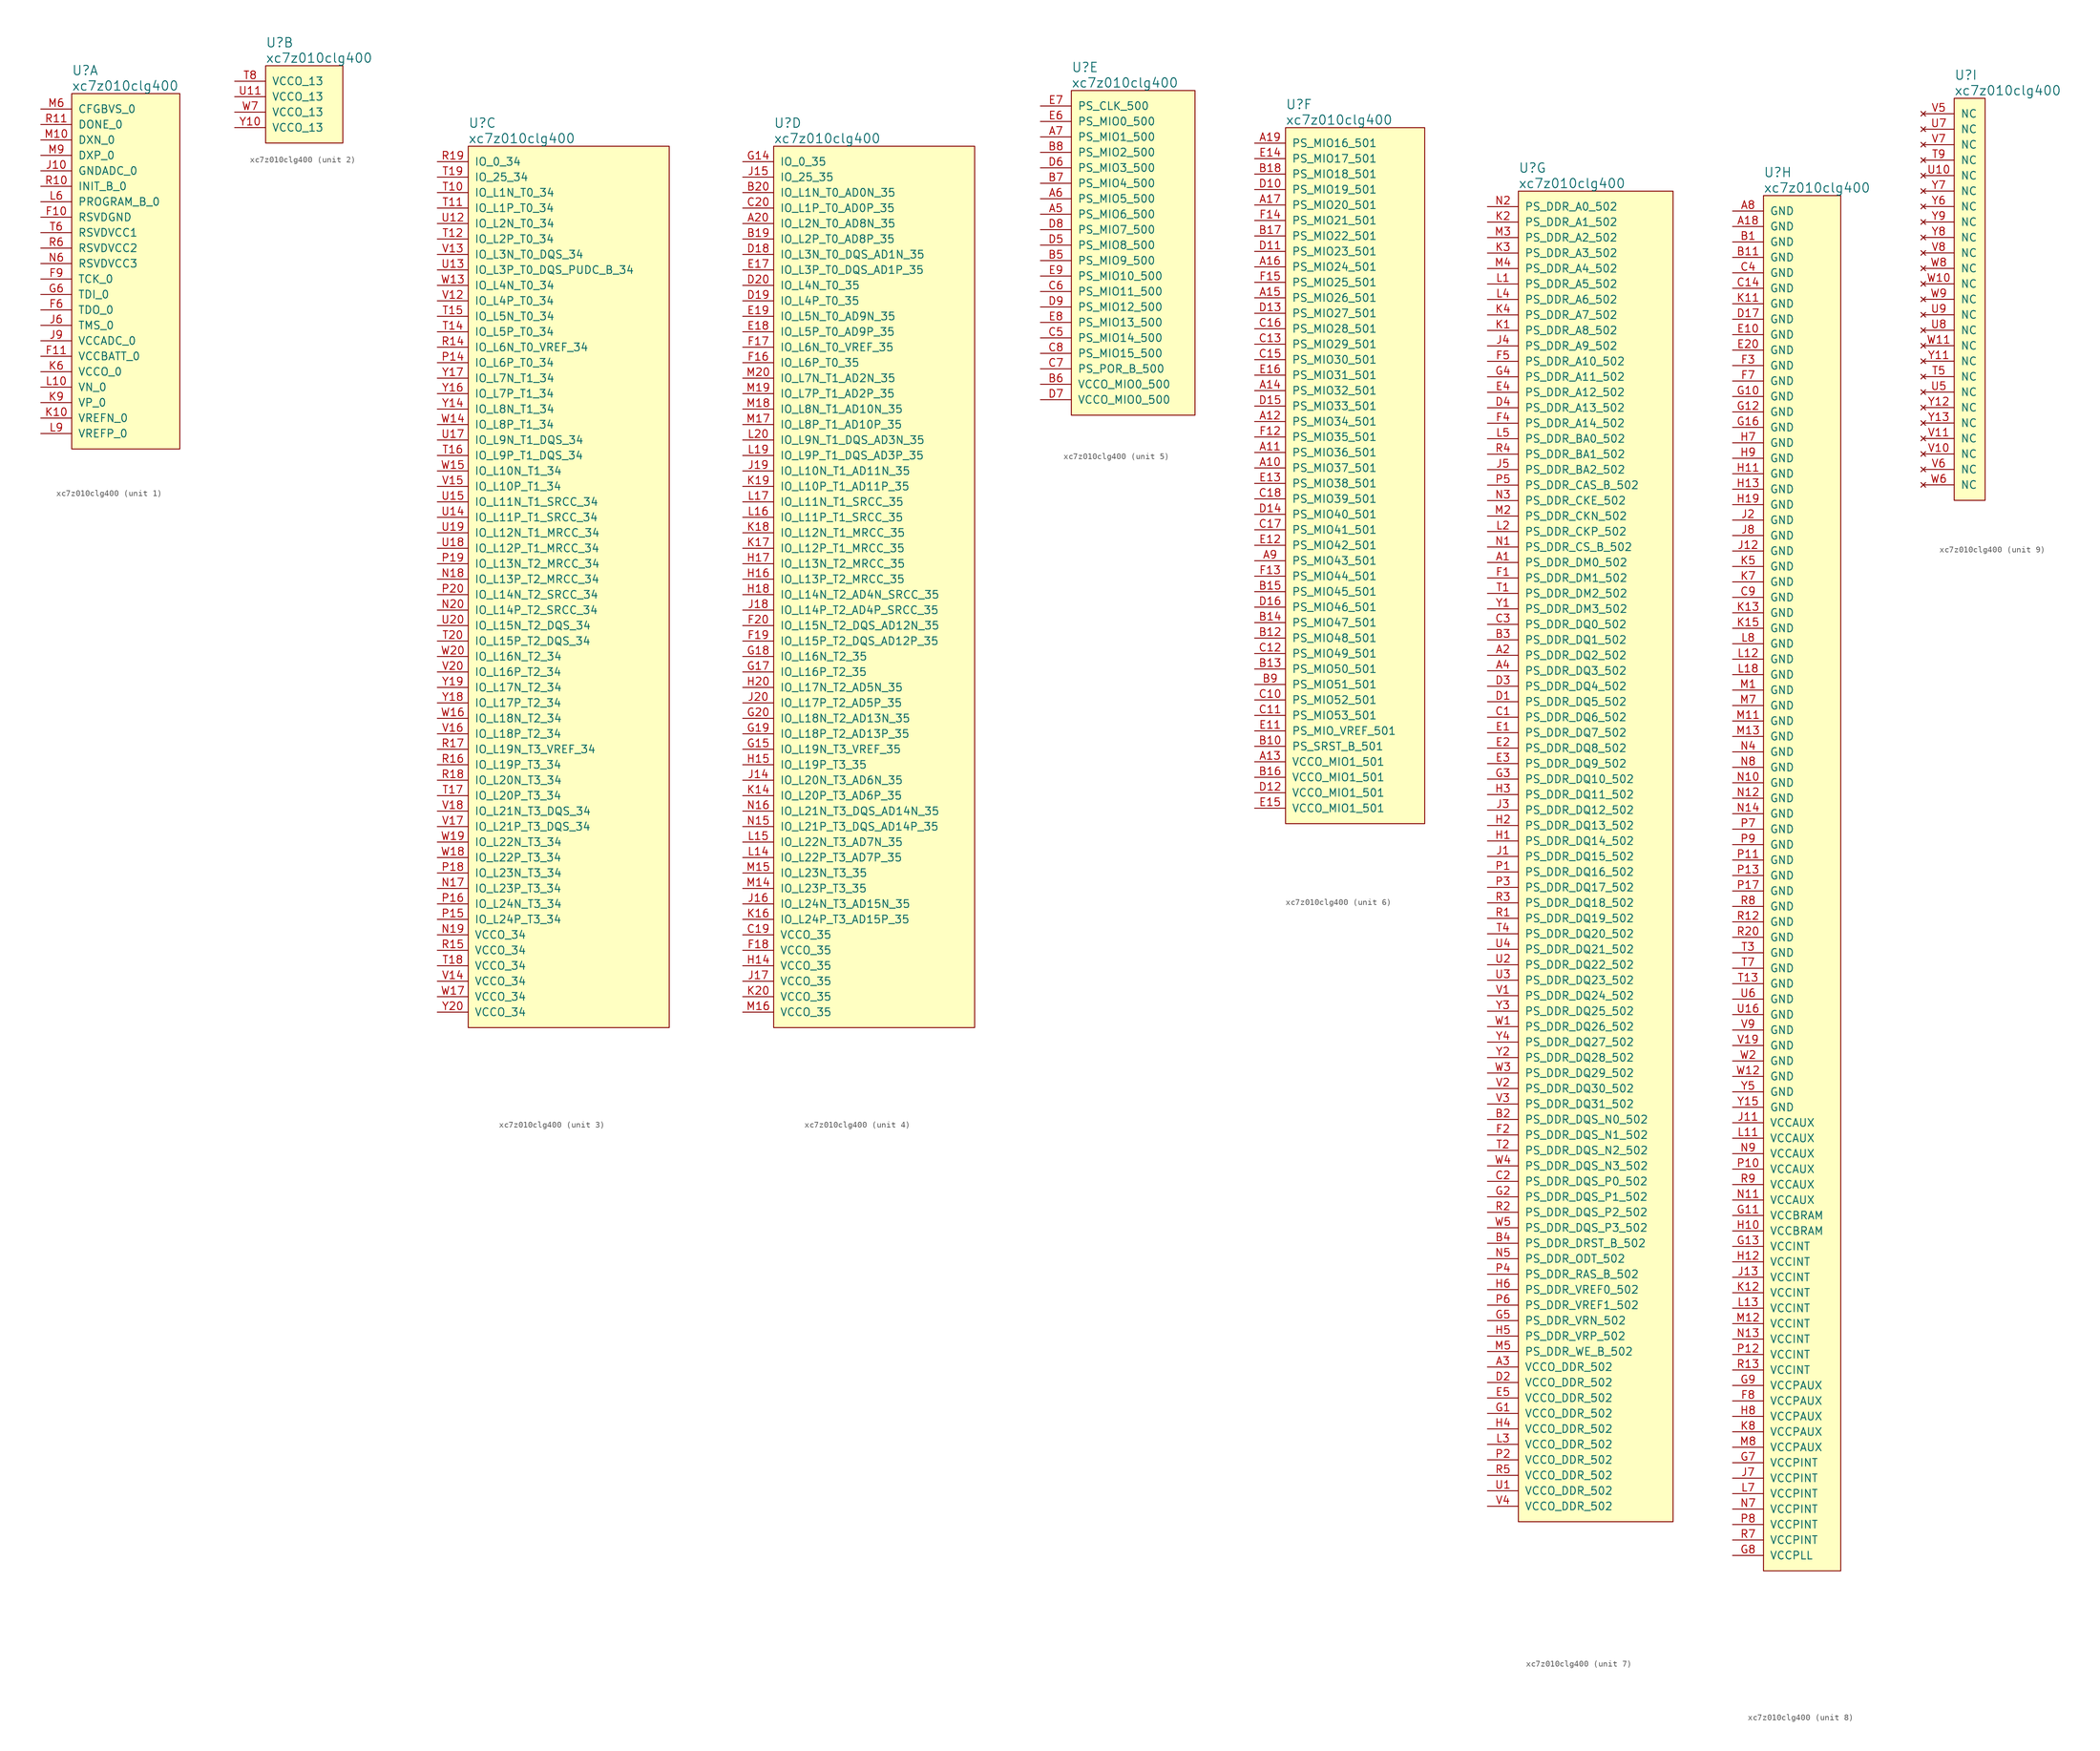
<source format=kicad_sym>
(kicad_symbol_lib
  (version 20201005)
  (generator kicad_symbol_editor)
  (symbol "ebaz4205:xc7z010clg400"
    (pin_names
      (offset 1.016))
    (property "Reference" "U"
      (at 5.08 6.35 0)
      (effects (font (size 1.524 1.524)) (justify left)))
    (property "Value" "xc7z010clg400"
      (at 5.08 3.81 0)
      (effects (font (size 1.524 1.524)) (justify left)))
    (property "ki_locked" ""
      (at 0 0 0)
      (effects (font (size 1.27 1.27))))
    (symbol "xc7z010clg400_1_1"
      (rectangle (start 5.08 2.54) (end 22.86 -55.88) (stroke (width 0)) (fill (type background)))
      (pin input line (at 0 0 0) (length 5.08) (name "CFGBVS_0" (effects (font (size 1.27 1.27)))) (number "M6" (effects (font (size 1.27 1.27)))))
      (pin output line (at 0 -2.54 0) (length 5.08) (name "DONE_0" (effects (font (size 1.27 1.27)))) (number "R11" (effects (font (size 1.27 1.27)))))
      (pin passive line (at 0 -5.08 0) (length 5.08) (name "DXN_0" (effects (font (size 1.27 1.27)))) (number "M10" (effects (font (size 1.27 1.27)))))
      (pin passive line (at 0 -7.62 0) (length 5.08) (name "DXP_0" (effects (font (size 1.27 1.27)))) (number "M9" (effects (font (size 1.27 1.27)))))
      (pin power_in line (at 0 -10.16 0) (length 5.08) (name "GNDADC_0" (effects (font (size 1.27 1.27)))) (number "J10" (effects (font (size 1.27 1.27)))))
      (pin input line (at 0 -12.7 0) (length 5.08) (name "INIT_B_0" (effects (font (size 1.27 1.27)))) (number "R10" (effects (font (size 1.27 1.27)))))
      (pin input line (at 0 -15.24 0) (length 5.08) (name "PROGRAM_B_0" (effects (font (size 1.27 1.27)))) (number "L6" (effects (font (size 1.27 1.27)))))
      (pin power_in line (at 0 -17.78 0) (length 5.08) (name "RSVDGND" (effects (font (size 1.27 1.27)))) (number "F10" (effects (font (size 1.27 1.27)))))
      (pin power_in line (at 0 -20.32 0) (length 5.08) (name "RSVDVCC1" (effects (font (size 1.27 1.27)))) (number "T6" (effects (font (size 1.27 1.27)))))
      (pin power_in line (at 0 -22.86 0) (length 5.08) (name "RSVDVCC2" (effects (font (size 1.27 1.27)))) (number "R6" (effects (font (size 1.27 1.27)))))
      (pin power_in line (at 0 -25.4 0) (length 5.08) (name "RSVDVCC3" (effects (font (size 1.27 1.27)))) (number "N6" (effects (font (size 1.27 1.27)))))
      (pin input line (at 0 -27.94 0) (length 5.08) (name "TCK_0" (effects (font (size 1.27 1.27)))) (number "F9" (effects (font (size 1.27 1.27)))))
      (pin input line (at 0 -30.48 0) (length 5.08) (name "TDI_0" (effects (font (size 1.27 1.27)))) (number "G6" (effects (font (size 1.27 1.27)))))
      (pin output line (at 0 -33.02 0) (length 5.08) (name "TDO_0" (effects (font (size 1.27 1.27)))) (number "F6" (effects (font (size 1.27 1.27)))))
      (pin input line (at 0 -35.56 0) (length 5.08) (name "TMS_0" (effects (font (size 1.27 1.27)))) (number "J6" (effects (font (size 1.27 1.27)))))
      (pin power_in line (at 0 -38.1 0) (length 5.08) (name "VCCADC_0" (effects (font (size 1.27 1.27)))) (number "J9" (effects (font (size 1.27 1.27)))))
      (pin power_in line (at 0 -40.64 0) (length 5.08) (name "VCCBATT_0" (effects (font (size 1.27 1.27)))) (number "F11" (effects (font (size 1.27 1.27)))))
      (pin power_in line (at 0 -43.18 0) (length 5.08) (name "VCCO_0" (effects (font (size 1.27 1.27)))) (number "K6" (effects (font (size 1.27 1.27)))))
      (pin input line (at 0 -45.72 0) (length 5.08) (name "VN_0" (effects (font (size 1.27 1.27)))) (number "L10" (effects (font (size 1.27 1.27)))))
      (pin input line (at 0 -48.26 0) (length 5.08) (name "VP_0" (effects (font (size 1.27 1.27)))) (number "K9" (effects (font (size 1.27 1.27)))))
      (pin input line (at 0 -50.8 0) (length 5.08) (name "VREFN_0" (effects (font (size 1.27 1.27)))) (number "K10" (effects (font (size 1.27 1.27)))))
      (pin input line (at 0 -53.34 0) (length 5.08) (name "VREFP_0" (effects (font (size 1.27 1.27)))) (number "L9" (effects (font (size 1.27 1.27))))))
    (symbol "xc7z010clg400_2_1"
      (rectangle (start 5.08 2.54) (end 17.78 -10.16) (stroke (width 0)) (fill (type background)))
      (pin power_in line (at 0 0 0) (length 5.08) (name "VCCO_13" (effects (font (size 1.27 1.27)))) (number "T8" (effects (font (size 1.27 1.27)))))
      (pin power_in line (at 0 -2.54 0) (length 5.08) (name "VCCO_13" (effects (font (size 1.27 1.27)))) (number "U11" (effects (font (size 1.27 1.27)))))
      (pin power_in line (at 0 -5.08 0) (length 5.08) (name "VCCO_13" (effects (font (size 1.27 1.27)))) (number "W7" (effects (font (size 1.27 1.27)))))
      (pin power_in line (at 0 -7.62 0) (length 5.08) (name "VCCO_13" (effects (font (size 1.27 1.27)))) (number "Y10" (effects (font (size 1.27 1.27))))))
    (symbol "xc7z010clg400_3_1"
      (rectangle (start 5.08 2.54) (end 38.1 -142.24) (stroke (width 0)) (fill (type background)))
      (pin bidirectional line (at 0 0 0) (length 5.08) (name "IO_0_34" (effects (font (size 1.27 1.27)))) (number "R19" (effects (font (size 1.27 1.27)))))
      (pin bidirectional line (at 0 -2.54 0) (length 5.08) (name "IO_25_34" (effects (font (size 1.27 1.27)))) (number "T19" (effects (font (size 1.27 1.27)))))
      (pin bidirectional line (at 0 -5.08 0) (length 5.08) (name "IO_L1N_T0_34" (effects (font (size 1.27 1.27)))) (number "T10" (effects (font (size 1.27 1.27)))))
      (pin bidirectional line (at 0 -7.62 0) (length 5.08) (name "IO_L1P_T0_34" (effects (font (size 1.27 1.27)))) (number "T11" (effects (font (size 1.27 1.27)))))
      (pin bidirectional line (at 0 -10.16 0) (length 5.08) (name "IO_L2N_T0_34" (effects (font (size 1.27 1.27)))) (number "U12" (effects (font (size 1.27 1.27)))))
      (pin bidirectional line (at 0 -12.7 0) (length 5.08) (name "IO_L2P_T0_34" (effects (font (size 1.27 1.27)))) (number "T12" (effects (font (size 1.27 1.27)))))
      (pin bidirectional line (at 0 -15.24 0) (length 5.08) (name "IO_L3N_T0_DQS_34" (effects (font (size 1.27 1.27)))) (number "V13" (effects (font (size 1.27 1.27)))))
      (pin bidirectional line (at 0 -17.78 0) (length 5.08) (name "IO_L3P_T0_DQS_PUDC_B_34" (effects (font (size 1.27 1.27)))) (number "U13" (effects (font (size 1.27 1.27)))))
      (pin bidirectional line (at 0 -20.32 0) (length 5.08) (name "IO_L4N_T0_34" (effects (font (size 1.27 1.27)))) (number "W13" (effects (font (size 1.27 1.27)))))
      (pin bidirectional line (at 0 -22.86 0) (length 5.08) (name "IO_L4P_T0_34" (effects (font (size 1.27 1.27)))) (number "V12" (effects (font (size 1.27 1.27)))))
      (pin bidirectional line (at 0 -25.4 0) (length 5.08) (name "IO_L5N_T0_34" (effects (font (size 1.27 1.27)))) (number "T15" (effects (font (size 1.27 1.27)))))
      (pin bidirectional line (at 0 -27.94 0) (length 5.08) (name "IO_L5P_T0_34" (effects (font (size 1.27 1.27)))) (number "T14" (effects (font (size 1.27 1.27)))))
      (pin bidirectional line (at 0 -30.48 0) (length 5.08) (name "IO_L6N_T0_VREF_34" (effects (font (size 1.27 1.27)))) (number "R14" (effects (font (size 1.27 1.27)))))
      (pin bidirectional line (at 0 -33.02 0) (length 5.08) (name "IO_L6P_T0_34" (effects (font (size 1.27 1.27)))) (number "P14" (effects (font (size 1.27 1.27)))))
      (pin bidirectional line (at 0 -35.56 0) (length 5.08) (name "IO_L7N_T1_34" (effects (font (size 1.27 1.27)))) (number "Y17" (effects (font (size 1.27 1.27)))))
      (pin bidirectional line (at 0 -38.1 0) (length 5.08) (name "IO_L7P_T1_34" (effects (font (size 1.27 1.27)))) (number "Y16" (effects (font (size 1.27 1.27)))))
      (pin bidirectional line (at 0 -40.64 0) (length 5.08) (name "IO_L8N_T1_34" (effects (font (size 1.27 1.27)))) (number "Y14" (effects (font (size 1.27 1.27)))))
      (pin bidirectional line (at 0 -43.18 0) (length 5.08) (name "IO_L8P_T1_34" (effects (font (size 1.27 1.27)))) (number "W14" (effects (font (size 1.27 1.27)))))
      (pin bidirectional line (at 0 -45.72 0) (length 5.08) (name "IO_L9N_T1_DQS_34" (effects (font (size 1.27 1.27)))) (number "U17" (effects (font (size 1.27 1.27)))))
      (pin bidirectional line (at 0 -48.26 0) (length 5.08) (name "IO_L9P_T1_DQS_34" (effects (font (size 1.27 1.27)))) (number "T16" (effects (font (size 1.27 1.27)))))
      (pin bidirectional line (at 0 -50.8 0) (length 5.08) (name "IO_L10N_T1_34" (effects (font (size 1.27 1.27)))) (number "W15" (effects (font (size 1.27 1.27)))))
      (pin bidirectional line (at 0 -53.34 0) (length 5.08) (name "IO_L10P_T1_34" (effects (font (size 1.27 1.27)))) (number "V15" (effects (font (size 1.27 1.27)))))
      (pin bidirectional line (at 0 -55.88 0) (length 5.08) (name "IO_L11N_T1_SRCC_34" (effects (font (size 1.27 1.27)))) (number "U15" (effects (font (size 1.27 1.27)))))
      (pin bidirectional line (at 0 -58.42 0) (length 5.08) (name "IO_L11P_T1_SRCC_34" (effects (font (size 1.27 1.27)))) (number "U14" (effects (font (size 1.27 1.27)))))
      (pin bidirectional line (at 0 -60.96 0) (length 5.08) (name "IO_L12N_T1_MRCC_34" (effects (font (size 1.27 1.27)))) (number "U19" (effects (font (size 1.27 1.27)))))
      (pin bidirectional line (at 0 -63.5 0) (length 5.08) (name "IO_L12P_T1_MRCC_34" (effects (font (size 1.27 1.27)))) (number "U18" (effects (font (size 1.27 1.27)))))
      (pin bidirectional line (at 0 -66.04 0) (length 5.08) (name "IO_L13N_T2_MRCC_34" (effects (font (size 1.27 1.27)))) (number "P19" (effects (font (size 1.27 1.27)))))
      (pin bidirectional line (at 0 -68.58 0) (length 5.08) (name "IO_L13P_T2_MRCC_34" (effects (font (size 1.27 1.27)))) (number "N18" (effects (font (size 1.27 1.27)))))
      (pin bidirectional line (at 0 -71.12 0) (length 5.08) (name "IO_L14N_T2_SRCC_34" (effects (font (size 1.27 1.27)))) (number "P20" (effects (font (size 1.27 1.27)))))
      (pin bidirectional line (at 0 -73.66 0) (length 5.08) (name "IO_L14P_T2_SRCC_34" (effects (font (size 1.27 1.27)))) (number "N20" (effects (font (size 1.27 1.27)))))
      (pin bidirectional line (at 0 -76.2 0) (length 5.08) (name "IO_L15N_T2_DQS_34" (effects (font (size 1.27 1.27)))) (number "U20" (effects (font (size 1.27 1.27)))))
      (pin bidirectional line (at 0 -78.74 0) (length 5.08) (name "IO_L15P_T2_DQS_34" (effects (font (size 1.27 1.27)))) (number "T20" (effects (font (size 1.27 1.27)))))
      (pin bidirectional line (at 0 -81.28 0) (length 5.08) (name "IO_L16N_T2_34" (effects (font (size 1.27 1.27)))) (number "W20" (effects (font (size 1.27 1.27)))))
      (pin bidirectional line (at 0 -83.82 0) (length 5.08) (name "IO_L16P_T2_34" (effects (font (size 1.27 1.27)))) (number "V20" (effects (font (size 1.27 1.27)))))
      (pin bidirectional line (at 0 -86.36 0) (length 5.08) (name "IO_L17N_T2_34" (effects (font (size 1.27 1.27)))) (number "Y19" (effects (font (size 1.27 1.27)))))
      (pin bidirectional line (at 0 -88.9 0) (length 5.08) (name "IO_L17P_T2_34" (effects (font (size 1.27 1.27)))) (number "Y18" (effects (font (size 1.27 1.27)))))
      (pin bidirectional line (at 0 -91.44 0) (length 5.08) (name "IO_L18N_T2_34" (effects (font (size 1.27 1.27)))) (number "W16" (effects (font (size 1.27 1.27)))))
      (pin bidirectional line (at 0 -93.98 0) (length 5.08) (name "IO_L18P_T2_34" (effects (font (size 1.27 1.27)))) (number "V16" (effects (font (size 1.27 1.27)))))
      (pin bidirectional line (at 0 -96.52 0) (length 5.08) (name "IO_L19N_T3_VREF_34" (effects (font (size 1.27 1.27)))) (number "R17" (effects (font (size 1.27 1.27)))))
      (pin bidirectional line (at 0 -99.06 0) (length 5.08) (name "IO_L19P_T3_34" (effects (font (size 1.27 1.27)))) (number "R16" (effects (font (size 1.27 1.27)))))
      (pin bidirectional line (at 0 -101.6 0) (length 5.08) (name "IO_L20N_T3_34" (effects (font (size 1.27 1.27)))) (number "R18" (effects (font (size 1.27 1.27)))))
      (pin bidirectional line (at 0 -104.14 0) (length 5.08) (name "IO_L20P_T3_34" (effects (font (size 1.27 1.27)))) (number "T17" (effects (font (size 1.27 1.27)))))
      (pin bidirectional line (at 0 -106.68 0) (length 5.08) (name "IO_L21N_T3_DQS_34" (effects (font (size 1.27 1.27)))) (number "V18" (effects (font (size 1.27 1.27)))))
      (pin bidirectional line (at 0 -109.22 0) (length 5.08) (name "IO_L21P_T3_DQS_34" (effects (font (size 1.27 1.27)))) (number "V17" (effects (font (size 1.27 1.27)))))
      (pin bidirectional line (at 0 -111.76 0) (length 5.08) (name "IO_L22N_T3_34" (effects (font (size 1.27 1.27)))) (number "W19" (effects (font (size 1.27 1.27)))))
      (pin bidirectional line (at 0 -114.3 0) (length 5.08) (name "IO_L22P_T3_34" (effects (font (size 1.27 1.27)))) (number "W18" (effects (font (size 1.27 1.27)))))
      (pin bidirectional line (at 0 -116.84 0) (length 5.08) (name "IO_L23N_T3_34" (effects (font (size 1.27 1.27)))) (number "P18" (effects (font (size 1.27 1.27)))))
      (pin bidirectional line (at 0 -119.38 0) (length 5.08) (name "IO_L23P_T3_34" (effects (font (size 1.27 1.27)))) (number "N17" (effects (font (size 1.27 1.27)))))
      (pin bidirectional line (at 0 -121.92 0) (length 5.08) (name "IO_L24N_T3_34" (effects (font (size 1.27 1.27)))) (number "P16" (effects (font (size 1.27 1.27)))))
      (pin bidirectional line (at 0 -124.46 0) (length 5.08) (name "IO_L24P_T3_34" (effects (font (size 1.27 1.27)))) (number "P15" (effects (font (size 1.27 1.27)))))
      (pin power_in line (at 0 -127 0) (length 5.08) (name "VCCO_34" (effects (font (size 1.27 1.27)))) (number "N19" (effects (font (size 1.27 1.27)))))
      (pin power_in line (at 0 -129.54 0) (length 5.08) (name "VCCO_34" (effects (font (size 1.27 1.27)))) (number "R15" (effects (font (size 1.27 1.27)))))
      (pin power_in line (at 0 -132.08 0) (length 5.08) (name "VCCO_34" (effects (font (size 1.27 1.27)))) (number "T18" (effects (font (size 1.27 1.27)))))
      (pin power_in line (at 0 -134.62 0) (length 5.08) (name "VCCO_34" (effects (font (size 1.27 1.27)))) (number "V14" (effects (font (size 1.27 1.27)))))
      (pin power_in line (at 0 -137.16 0) (length 5.08) (name "VCCO_34" (effects (font (size 1.27 1.27)))) (number "W17" (effects (font (size 1.27 1.27)))))
      (pin power_in line (at 0 -139.7 0) (length 5.08) (name "VCCO_34" (effects (font (size 1.27 1.27)))) (number "Y20" (effects (font (size 1.27 1.27))))))
    (symbol "xc7z010clg400_4_1"
      (rectangle (start 5.08 2.54) (end 38.1 -142.24) (stroke (width 0)) (fill (type background)))
      (pin bidirectional line (at 0 0 0) (length 5.08) (name "IO_0_35" (effects (font (size 1.27 1.27)))) (number "G14" (effects (font (size 1.27 1.27)))))
      (pin bidirectional line (at 0 -2.54 0) (length 5.08) (name "IO_25_35" (effects (font (size 1.27 1.27)))) (number "J15" (effects (font (size 1.27 1.27)))))
      (pin bidirectional line (at 0 -5.08 0) (length 5.08) (name "IO_L1N_T0_AD0N_35" (effects (font (size 1.27 1.27)))) (number "B20" (effects (font (size 1.27 1.27)))))
      (pin bidirectional line (at 0 -7.62 0) (length 5.08) (name "IO_L1P_T0_AD0P_35" (effects (font (size 1.27 1.27)))) (number "C20" (effects (font (size 1.27 1.27)))))
      (pin bidirectional line (at 0 -10.16 0) (length 5.08) (name "IO_L2N_T0_AD8N_35" (effects (font (size 1.27 1.27)))) (number "A20" (effects (font (size 1.27 1.27)))))
      (pin bidirectional line (at 0 -12.7 0) (length 5.08) (name "IO_L2P_T0_AD8P_35" (effects (font (size 1.27 1.27)))) (number "B19" (effects (font (size 1.27 1.27)))))
      (pin bidirectional line (at 0 -15.24 0) (length 5.08) (name "IO_L3N_T0_DQS_AD1N_35" (effects (font (size 1.27 1.27)))) (number "D18" (effects (font (size 1.27 1.27)))))
      (pin bidirectional line (at 0 -17.78 0) (length 5.08) (name "IO_L3P_T0_DQS_AD1P_35" (effects (font (size 1.27 1.27)))) (number "E17" (effects (font (size 1.27 1.27)))))
      (pin bidirectional line (at 0 -20.32 0) (length 5.08) (name "IO_L4N_T0_35" (effects (font (size 1.27 1.27)))) (number "D20" (effects (font (size 1.27 1.27)))))
      (pin bidirectional line (at 0 -22.86 0) (length 5.08) (name "IO_L4P_T0_35" (effects (font (size 1.27 1.27)))) (number "D19" (effects (font (size 1.27 1.27)))))
      (pin bidirectional line (at 0 -25.4 0) (length 5.08) (name "IO_L5N_T0_AD9N_35" (effects (font (size 1.27 1.27)))) (number "E19" (effects (font (size 1.27 1.27)))))
      (pin bidirectional line (at 0 -27.94 0) (length 5.08) (name "IO_L5P_T0_AD9P_35" (effects (font (size 1.27 1.27)))) (number "E18" (effects (font (size 1.27 1.27)))))
      (pin bidirectional line (at 0 -30.48 0) (length 5.08) (name "IO_L6N_T0_VREF_35" (effects (font (size 1.27 1.27)))) (number "F17" (effects (font (size 1.27 1.27)))))
      (pin bidirectional line (at 0 -33.02 0) (length 5.08) (name "IO_L6P_T0_35" (effects (font (size 1.27 1.27)))) (number "F16" (effects (font (size 1.27 1.27)))))
      (pin bidirectional line (at 0 -35.56 0) (length 5.08) (name "IO_L7N_T1_AD2N_35" (effects (font (size 1.27 1.27)))) (number "M20" (effects (font (size 1.27 1.27)))))
      (pin bidirectional line (at 0 -38.1 0) (length 5.08) (name "IO_L7P_T1_AD2P_35" (effects (font (size 1.27 1.27)))) (number "M19" (effects (font (size 1.27 1.27)))))
      (pin bidirectional line (at 0 -40.64 0) (length 5.08) (name "IO_L8N_T1_AD10N_35" (effects (font (size 1.27 1.27)))) (number "M18" (effects (font (size 1.27 1.27)))))
      (pin bidirectional line (at 0 -43.18 0) (length 5.08) (name "IO_L8P_T1_AD10P_35" (effects (font (size 1.27 1.27)))) (number "M17" (effects (font (size 1.27 1.27)))))
      (pin bidirectional line (at 0 -45.72 0) (length 5.08) (name "IO_L9N_T1_DQS_AD3N_35" (effects (font (size 1.27 1.27)))) (number "L20" (effects (font (size 1.27 1.27)))))
      (pin bidirectional line (at 0 -48.26 0) (length 5.08) (name "IO_L9P_T1_DQS_AD3P_35" (effects (font (size 1.27 1.27)))) (number "L19" (effects (font (size 1.27 1.27)))))
      (pin bidirectional line (at 0 -50.8 0) (length 5.08) (name "IO_L10N_T1_AD11N_35" (effects (font (size 1.27 1.27)))) (number "J19" (effects (font (size 1.27 1.27)))))
      (pin bidirectional line (at 0 -53.34 0) (length 5.08) (name "IO_L10P_T1_AD11P_35" (effects (font (size 1.27 1.27)))) (number "K19" (effects (font (size 1.27 1.27)))))
      (pin bidirectional line (at 0 -55.88 0) (length 5.08) (name "IO_L11N_T1_SRCC_35" (effects (font (size 1.27 1.27)))) (number "L17" (effects (font (size 1.27 1.27)))))
      (pin bidirectional line (at 0 -58.42 0) (length 5.08) (name "IO_L11P_T1_SRCC_35" (effects (font (size 1.27 1.27)))) (number "L16" (effects (font (size 1.27 1.27)))))
      (pin bidirectional line (at 0 -60.96 0) (length 5.08) (name "IO_L12N_T1_MRCC_35" (effects (font (size 1.27 1.27)))) (number "K18" (effects (font (size 1.27 1.27)))))
      (pin bidirectional line (at 0 -63.5 0) (length 5.08) (name "IO_L12P_T1_MRCC_35" (effects (font (size 1.27 1.27)))) (number "K17" (effects (font (size 1.27 1.27)))))
      (pin bidirectional line (at 0 -66.04 0) (length 5.08) (name "IO_L13N_T2_MRCC_35" (effects (font (size 1.27 1.27)))) (number "H17" (effects (font (size 1.27 1.27)))))
      (pin bidirectional line (at 0 -68.58 0) (length 5.08) (name "IO_L13P_T2_MRCC_35" (effects (font (size 1.27 1.27)))) (number "H16" (effects (font (size 1.27 1.27)))))
      (pin bidirectional line (at 0 -71.12 0) (length 5.08) (name "IO_L14N_T2_AD4N_SRCC_35" (effects (font (size 1.27 1.27)))) (number "H18" (effects (font (size 1.27 1.27)))))
      (pin bidirectional line (at 0 -73.66 0) (length 5.08) (name "IO_L14P_T2_AD4P_SRCC_35" (effects (font (size 1.27 1.27)))) (number "J18" (effects (font (size 1.27 1.27)))))
      (pin bidirectional line (at 0 -76.2 0) (length 5.08) (name "IO_L15N_T2_DQS_AD12N_35" (effects (font (size 1.27 1.27)))) (number "F20" (effects (font (size 1.27 1.27)))))
      (pin bidirectional line (at 0 -78.74 0) (length 5.08) (name "IO_L15P_T2_DQS_AD12P_35" (effects (font (size 1.27 1.27)))) (number "F19" (effects (font (size 1.27 1.27)))))
      (pin bidirectional line (at 0 -81.28 0) (length 5.08) (name "IO_L16N_T2_35" (effects (font (size 1.27 1.27)))) (number "G18" (effects (font (size 1.27 1.27)))))
      (pin bidirectional line (at 0 -83.82 0) (length 5.08) (name "IO_L16P_T2_35" (effects (font (size 1.27 1.27)))) (number "G17" (effects (font (size 1.27 1.27)))))
      (pin bidirectional line (at 0 -86.36 0) (length 5.08) (name "IO_L17N_T2_AD5N_35" (effects (font (size 1.27 1.27)))) (number "H20" (effects (font (size 1.27 1.27)))))
      (pin bidirectional line (at 0 -88.9 0) (length 5.08) (name "IO_L17P_T2_AD5P_35" (effects (font (size 1.27 1.27)))) (number "J20" (effects (font (size 1.27 1.27)))))
      (pin bidirectional line (at 0 -91.44 0) (length 5.08) (name "IO_L18N_T2_AD13N_35" (effects (font (size 1.27 1.27)))) (number "G20" (effects (font (size 1.27 1.27)))))
      (pin bidirectional line (at 0 -93.98 0) (length 5.08) (name "IO_L18P_T2_AD13P_35" (effects (font (size 1.27 1.27)))) (number "G19" (effects (font (size 1.27 1.27)))))
      (pin bidirectional line (at 0 -96.52 0) (length 5.08) (name "IO_L19N_T3_VREF_35" (effects (font (size 1.27 1.27)))) (number "G15" (effects (font (size 1.27 1.27)))))
      (pin bidirectional line (at 0 -99.06 0) (length 5.08) (name "IO_L19P_T3_35" (effects (font (size 1.27 1.27)))) (number "H15" (effects (font (size 1.27 1.27)))))
      (pin bidirectional line (at 0 -101.6 0) (length 5.08) (name "IO_L20N_T3_AD6N_35" (effects (font (size 1.27 1.27)))) (number "J14" (effects (font (size 1.27 1.27)))))
      (pin bidirectional line (at 0 -104.14 0) (length 5.08) (name "IO_L20P_T3_AD6P_35" (effects (font (size 1.27 1.27)))) (number "K14" (effects (font (size 1.27 1.27)))))
      (pin bidirectional line (at 0 -106.68 0) (length 5.08) (name "IO_L21N_T3_DQS_AD14N_35" (effects (font (size 1.27 1.27)))) (number "N16" (effects (font (size 1.27 1.27)))))
      (pin bidirectional line (at 0 -109.22 0) (length 5.08) (name "IO_L21P_T3_DQS_AD14P_35" (effects (font (size 1.27 1.27)))) (number "N15" (effects (font (size 1.27 1.27)))))
      (pin bidirectional line (at 0 -111.76 0) (length 5.08) (name "IO_L22N_T3_AD7N_35" (effects (font (size 1.27 1.27)))) (number "L15" (effects (font (size 1.27 1.27)))))
      (pin bidirectional line (at 0 -114.3 0) (length 5.08) (name "IO_L22P_T3_AD7P_35" (effects (font (size 1.27 1.27)))) (number "L14" (effects (font (size 1.27 1.27)))))
      (pin bidirectional line (at 0 -116.84 0) (length 5.08) (name "IO_L23N_T3_35" (effects (font (size 1.27 1.27)))) (number "M15" (effects (font (size 1.27 1.27)))))
      (pin bidirectional line (at 0 -119.38 0) (length 5.08) (name "IO_L23P_T3_35" (effects (font (size 1.27 1.27)))) (number "M14" (effects (font (size 1.27 1.27)))))
      (pin bidirectional line (at 0 -121.92 0) (length 5.08) (name "IO_L24N_T3_AD15N_35" (effects (font (size 1.27 1.27)))) (number "J16" (effects (font (size 1.27 1.27)))))
      (pin bidirectional line (at 0 -124.46 0) (length 5.08) (name "IO_L24P_T3_AD15P_35" (effects (font (size 1.27 1.27)))) (number "K16" (effects (font (size 1.27 1.27)))))
      (pin power_in line (at 0 -127 0) (length 5.08) (name "VCCO_35" (effects (font (size 1.27 1.27)))) (number "C19" (effects (font (size 1.27 1.27)))))
      (pin power_in line (at 0 -129.54 0) (length 5.08) (name "VCCO_35" (effects (font (size 1.27 1.27)))) (number "F18" (effects (font (size 1.27 1.27)))))
      (pin power_in line (at 0 -132.08 0) (length 5.08) (name "VCCO_35" (effects (font (size 1.27 1.27)))) (number "H14" (effects (font (size 1.27 1.27)))))
      (pin power_in line (at 0 -134.62 0) (length 5.08) (name "VCCO_35" (effects (font (size 1.27 1.27)))) (number "J17" (effects (font (size 1.27 1.27)))))
      (pin power_in line (at 0 -137.16 0) (length 5.08) (name "VCCO_35" (effects (font (size 1.27 1.27)))) (number "K20" (effects (font (size 1.27 1.27)))))
      (pin power_in line (at 0 -139.7 0) (length 5.08) (name "VCCO_35" (effects (font (size 1.27 1.27)))) (number "M16" (effects (font (size 1.27 1.27))))))
    (symbol "xc7z010clg400_5_1"
      (rectangle (start 5.08 2.54) (end 25.4 -50.8) (stroke (width 0)) (fill (type background)))
      (pin input line (at 0 0 0) (length 5.08) (name "PS_CLK_500" (effects (font (size 1.27 1.27)))) (number "E7" (effects (font (size 1.27 1.27)))))
      (pin bidirectional line (at 0 -2.54 0) (length 5.08) (name "PS_MIO0_500" (effects (font (size 1.27 1.27)))) (number "E6" (effects (font (size 1.27 1.27)))))
      (pin bidirectional line (at 0 -5.08 0) (length 5.08) (name "PS_MIO1_500" (effects (font (size 1.27 1.27)))) (number "A7" (effects (font (size 1.27 1.27)))))
      (pin bidirectional line (at 0 -7.62 0) (length 5.08) (name "PS_MIO2_500" (effects (font (size 1.27 1.27)))) (number "B8" (effects (font (size 1.27 1.27)))))
      (pin bidirectional line (at 0 -10.16 0) (length 5.08) (name "PS_MIO3_500" (effects (font (size 1.27 1.27)))) (number "D6" (effects (font (size 1.27 1.27)))))
      (pin bidirectional line (at 0 -12.7 0) (length 5.08) (name "PS_MIO4_500" (effects (font (size 1.27 1.27)))) (number "B7" (effects (font (size 1.27 1.27)))))
      (pin bidirectional line (at 0 -15.24 0) (length 5.08) (name "PS_MIO5_500" (effects (font (size 1.27 1.27)))) (number "A6" (effects (font (size 1.27 1.27)))))
      (pin bidirectional line (at 0 -17.78 0) (length 5.08) (name "PS_MIO6_500" (effects (font (size 1.27 1.27)))) (number "A5" (effects (font (size 1.27 1.27)))))
      (pin bidirectional line (at 0 -20.32 0) (length 5.08) (name "PS_MIO7_500" (effects (font (size 1.27 1.27)))) (number "D8" (effects (font (size 1.27 1.27)))))
      (pin bidirectional line (at 0 -22.86 0) (length 5.08) (name "PS_MIO8_500" (effects (font (size 1.27 1.27)))) (number "D5" (effects (font (size 1.27 1.27)))))
      (pin bidirectional line (at 0 -25.4 0) (length 5.08) (name "PS_MIO9_500" (effects (font (size 1.27 1.27)))) (number "B5" (effects (font (size 1.27 1.27)))))
      (pin bidirectional line (at 0 -27.94 0) (length 5.08) (name "PS_MIO10_500" (effects (font (size 1.27 1.27)))) (number "E9" (effects (font (size 1.27 1.27)))))
      (pin bidirectional line (at 0 -30.48 0) (length 5.08) (name "PS_MIO11_500" (effects (font (size 1.27 1.27)))) (number "C6" (effects (font (size 1.27 1.27)))))
      (pin bidirectional line (at 0 -33.02 0) (length 5.08) (name "PS_MIO12_500" (effects (font (size 1.27 1.27)))) (number "D9" (effects (font (size 1.27 1.27)))))
      (pin bidirectional line (at 0 -35.56 0) (length 5.08) (name "PS_MIO13_500" (effects (font (size 1.27 1.27)))) (number "E8" (effects (font (size 1.27 1.27)))))
      (pin bidirectional line (at 0 -38.1 0) (length 5.08) (name "PS_MIO14_500" (effects (font (size 1.27 1.27)))) (number "C5" (effects (font (size 1.27 1.27)))))
      (pin bidirectional line (at 0 -40.64 0) (length 5.08) (name "PS_MIO15_500" (effects (font (size 1.27 1.27)))) (number "C8" (effects (font (size 1.27 1.27)))))
      (pin input line (at 0 -43.18 0) (length 5.08) (name "PS_POR_B_500" (effects (font (size 1.27 1.27)))) (number "C7" (effects (font (size 1.27 1.27)))))
      (pin power_in line (at 0 -45.72 0) (length 5.08) (name "VCCO_MIO0_500" (effects (font (size 1.27 1.27)))) (number "B6" (effects (font (size 1.27 1.27)))))
      (pin power_in line (at 0 -48.26 0) (length 5.08) (name "VCCO_MIO0_500" (effects (font (size 1.27 1.27)))) (number "D7" (effects (font (size 1.27 1.27))))))
    (symbol "xc7z010clg400_6_1"
      (rectangle (start 5.08 2.54) (end 27.94 -111.76) (stroke (width 0)) (fill (type background)))
      (pin bidirectional line (at 0 0 0) (length 5.08) (name "PS_MIO16_501" (effects (font (size 1.27 1.27)))) (number "A19" (effects (font (size 1.27 1.27)))))
      (pin bidirectional line (at 0 -2.54 0) (length 5.08) (name "PS_MIO17_501" (effects (font (size 1.27 1.27)))) (number "E14" (effects (font (size 1.27 1.27)))))
      (pin bidirectional line (at 0 -5.08 0) (length 5.08) (name "PS_MIO18_501" (effects (font (size 1.27 1.27)))) (number "B18" (effects (font (size 1.27 1.27)))))
      (pin bidirectional line (at 0 -7.62 0) (length 5.08) (name "PS_MIO19_501" (effects (font (size 1.27 1.27)))) (number "D10" (effects (font (size 1.27 1.27)))))
      (pin bidirectional line (at 0 -10.16 0) (length 5.08) (name "PS_MIO20_501" (effects (font (size 1.27 1.27)))) (number "A17" (effects (font (size 1.27 1.27)))))
      (pin bidirectional line (at 0 -12.7 0) (length 5.08) (name "PS_MIO21_501" (effects (font (size 1.27 1.27)))) (number "F14" (effects (font (size 1.27 1.27)))))
      (pin bidirectional line (at 0 -15.24 0) (length 5.08) (name "PS_MIO22_501" (effects (font (size 1.27 1.27)))) (number "B17" (effects (font (size 1.27 1.27)))))
      (pin bidirectional line (at 0 -17.78 0) (length 5.08) (name "PS_MIO23_501" (effects (font (size 1.27 1.27)))) (number "D11" (effects (font (size 1.27 1.27)))))
      (pin bidirectional line (at 0 -20.32 0) (length 5.08) (name "PS_MIO24_501" (effects (font (size 1.27 1.27)))) (number "A16" (effects (font (size 1.27 1.27)))))
      (pin bidirectional line (at 0 -22.86 0) (length 5.08) (name "PS_MIO25_501" (effects (font (size 1.27 1.27)))) (number "F15" (effects (font (size 1.27 1.27)))))
      (pin bidirectional line (at 0 -25.4 0) (length 5.08) (name "PS_MIO26_501" (effects (font (size 1.27 1.27)))) (number "A15" (effects (font (size 1.27 1.27)))))
      (pin bidirectional line (at 0 -27.94 0) (length 5.08) (name "PS_MIO27_501" (effects (font (size 1.27 1.27)))) (number "D13" (effects (font (size 1.27 1.27)))))
      (pin bidirectional line (at 0 -30.48 0) (length 5.08) (name "PS_MIO28_501" (effects (font (size 1.27 1.27)))) (number "C16" (effects (font (size 1.27 1.27)))))
      (pin bidirectional line (at 0 -33.02 0) (length 5.08) (name "PS_MIO29_501" (effects (font (size 1.27 1.27)))) (number "C13" (effects (font (size 1.27 1.27)))))
      (pin bidirectional line (at 0 -35.56 0) (length 5.08) (name "PS_MIO30_501" (effects (font (size 1.27 1.27)))) (number "C15" (effects (font (size 1.27 1.27)))))
      (pin bidirectional line (at 0 -38.1 0) (length 5.08) (name "PS_MIO31_501" (effects (font (size 1.27 1.27)))) (number "E16" (effects (font (size 1.27 1.27)))))
      (pin bidirectional line (at 0 -40.64 0) (length 5.08) (name "PS_MIO32_501" (effects (font (size 1.27 1.27)))) (number "A14" (effects (font (size 1.27 1.27)))))
      (pin bidirectional line (at 0 -43.18 0) (length 5.08) (name "PS_MIO33_501" (effects (font (size 1.27 1.27)))) (number "D15" (effects (font (size 1.27 1.27)))))
      (pin bidirectional line (at 0 -45.72 0) (length 5.08) (name "PS_MIO34_501" (effects (font (size 1.27 1.27)))) (number "A12" (effects (font (size 1.27 1.27)))))
      (pin bidirectional line (at 0 -48.26 0) (length 5.08) (name "PS_MIO35_501" (effects (font (size 1.27 1.27)))) (number "F12" (effects (font (size 1.27 1.27)))))
      (pin bidirectional line (at 0 -50.8 0) (length 5.08) (name "PS_MIO36_501" (effects (font (size 1.27 1.27)))) (number "A11" (effects (font (size 1.27 1.27)))))
      (pin bidirectional line (at 0 -53.34 0) (length 5.08) (name "PS_MIO37_501" (effects (font (size 1.27 1.27)))) (number "A10" (effects (font (size 1.27 1.27)))))
      (pin bidirectional line (at 0 -55.88 0) (length 5.08) (name "PS_MIO38_501" (effects (font (size 1.27 1.27)))) (number "E13" (effects (font (size 1.27 1.27)))))
      (pin bidirectional line (at 0 -58.42 0) (length 5.08) (name "PS_MIO39_501" (effects (font (size 1.27 1.27)))) (number "C18" (effects (font (size 1.27 1.27)))))
      (pin bidirectional line (at 0 -60.96 0) (length 5.08) (name "PS_MIO40_501" (effects (font (size 1.27 1.27)))) (number "D14" (effects (font (size 1.27 1.27)))))
      (pin bidirectional line (at 0 -63.5 0) (length 5.08) (name "PS_MIO41_501" (effects (font (size 1.27 1.27)))) (number "C17" (effects (font (size 1.27 1.27)))))
      (pin bidirectional line (at 0 -66.04 0) (length 5.08) (name "PS_MIO42_501" (effects (font (size 1.27 1.27)))) (number "E12" (effects (font (size 1.27 1.27)))))
      (pin bidirectional line (at 0 -68.58 0) (length 5.08) (name "PS_MIO43_501" (effects (font (size 1.27 1.27)))) (number "A9" (effects (font (size 1.27 1.27)))))
      (pin bidirectional line (at 0 -71.12 0) (length 5.08) (name "PS_MIO44_501" (effects (font (size 1.27 1.27)))) (number "F13" (effects (font (size 1.27 1.27)))))
      (pin bidirectional line (at 0 -73.66 0) (length 5.08) (name "PS_MIO45_501" (effects (font (size 1.27 1.27)))) (number "B15" (effects (font (size 1.27 1.27)))))
      (pin bidirectional line (at 0 -76.2 0) (length 5.08) (name "PS_MIO46_501" (effects (font (size 1.27 1.27)))) (number "D16" (effects (font (size 1.27 1.27)))))
      (pin bidirectional line (at 0 -78.74 0) (length 5.08) (name "PS_MIO47_501" (effects (font (size 1.27 1.27)))) (number "B14" (effects (font (size 1.27 1.27)))))
      (pin bidirectional line (at 0 -81.28 0) (length 5.08) (name "PS_MIO48_501" (effects (font (size 1.27 1.27)))) (number "B12" (effects (font (size 1.27 1.27)))))
      (pin bidirectional line (at 0 -83.82 0) (length 5.08) (name "PS_MIO49_501" (effects (font (size 1.27 1.27)))) (number "C12" (effects (font (size 1.27 1.27)))))
      (pin bidirectional line (at 0 -86.36 0) (length 5.08) (name "PS_MIO50_501" (effects (font (size 1.27 1.27)))) (number "B13" (effects (font (size 1.27 1.27)))))
      (pin bidirectional line (at 0 -88.9 0) (length 5.08) (name "PS_MIO51_501" (effects (font (size 1.27 1.27)))) (number "B9" (effects (font (size 1.27 1.27)))))
      (pin bidirectional line (at 0 -91.44 0) (length 5.08) (name "PS_MIO52_501" (effects (font (size 1.27 1.27)))) (number "C10" (effects (font (size 1.27 1.27)))))
      (pin bidirectional line (at 0 -93.98 0) (length 5.08) (name "PS_MIO53_501" (effects (font (size 1.27 1.27)))) (number "C11" (effects (font (size 1.27 1.27)))))
      (pin power_in line (at 0 -96.52 0) (length 5.08) (name "PS_MIO_VREF_501" (effects (font (size 1.27 1.27)))) (number "E11" (effects (font (size 1.27 1.27)))))
      (pin input line (at 0 -99.06 0) (length 5.08) (name "PS_SRST_B_501" (effects (font (size 1.27 1.27)))) (number "B10" (effects (font (size 1.27 1.27)))))
      (pin power_in line (at 0 -101.6 0) (length 5.08) (name "VCCO_MIO1_501" (effects (font (size 1.27 1.27)))) (number "A13" (effects (font (size 1.27 1.27)))))
      (pin power_in line (at 0 -104.14 0) (length 5.08) (name "VCCO_MIO1_501" (effects (font (size 1.27 1.27)))) (number "B16" (effects (font (size 1.27 1.27)))))
      (pin power_in line (at 0 -106.68 0) (length 5.08) (name "VCCO_MIO1_501" (effects (font (size 1.27 1.27)))) (number "D12" (effects (font (size 1.27 1.27)))))
      (pin power_in line (at 0 -109.22 0) (length 5.08) (name "VCCO_MIO1_501" (effects (font (size 1.27 1.27)))) (number "E15" (effects (font (size 1.27 1.27))))))
    (symbol "xc7z010clg400_7_1"
      (rectangle (start 5.08 2.54) (end 30.48 -215.9) (stroke (width 0)) (fill (type background)))
      (pin output line (at 0 0 0) (length 5.08) (name "PS_DDR_A0_502" (effects (font (size 1.27 1.27)))) (number "N2" (effects (font (size 1.27 1.27)))))
      (pin output line (at 0 -2.54 0) (length 5.08) (name "PS_DDR_A1_502" (effects (font (size 1.27 1.27)))) (number "K2" (effects (font (size 1.27 1.27)))))
      (pin output line (at 0 -5.08 0) (length 5.08) (name "PS_DDR_A2_502" (effects (font (size 1.27 1.27)))) (number "M3" (effects (font (size 1.27 1.27)))))
      (pin output line (at 0 -7.62 0) (length 5.08) (name "PS_DDR_A3_502" (effects (font (size 1.27 1.27)))) (number "K3" (effects (font (size 1.27 1.27)))))
      (pin output line (at 0 -10.16 0) (length 5.08) (name "PS_DDR_A4_502" (effects (font (size 1.27 1.27)))) (number "M4" (effects (font (size 1.27 1.27)))))
      (pin output line (at 0 -12.7 0) (length 5.08) (name "PS_DDR_A5_502" (effects (font (size 1.27 1.27)))) (number "L1" (effects (font (size 1.27 1.27)))))
      (pin output line (at 0 -15.24 0) (length 5.08) (name "PS_DDR_A6_502" (effects (font (size 1.27 1.27)))) (number "L4" (effects (font (size 1.27 1.27)))))
      (pin output line (at 0 -17.78 0) (length 5.08) (name "PS_DDR_A7_502" (effects (font (size 1.27 1.27)))) (number "K4" (effects (font (size 1.27 1.27)))))
      (pin output line (at 0 -20.32 0) (length 5.08) (name "PS_DDR_A8_502" (effects (font (size 1.27 1.27)))) (number "K1" (effects (font (size 1.27 1.27)))))
      (pin output line (at 0 -22.86 0) (length 5.08) (name "PS_DDR_A9_502" (effects (font (size 1.27 1.27)))) (number "J4" (effects (font (size 1.27 1.27)))))
      (pin output line (at 0 -25.4 0) (length 5.08) (name "PS_DDR_A10_502" (effects (font (size 1.27 1.27)))) (number "F5" (effects (font (size 1.27 1.27)))))
      (pin output line (at 0 -27.94 0) (length 5.08) (name "PS_DDR_A11_502" (effects (font (size 1.27 1.27)))) (number "G4" (effects (font (size 1.27 1.27)))))
      (pin output line (at 0 -30.48 0) (length 5.08) (name "PS_DDR_A12_502" (effects (font (size 1.27 1.27)))) (number "E4" (effects (font (size 1.27 1.27)))))
      (pin output line (at 0 -33.02 0) (length 5.08) (name "PS_DDR_A13_502" (effects (font (size 1.27 1.27)))) (number "D4" (effects (font (size 1.27 1.27)))))
      (pin output line (at 0 -35.56 0) (length 5.08) (name "PS_DDR_A14_502" (effects (font (size 1.27 1.27)))) (number "F4" (effects (font (size 1.27 1.27)))))
      (pin output line (at 0 -38.1 0) (length 5.08) (name "PS_DDR_BA0_502" (effects (font (size 1.27 1.27)))) (number "L5" (effects (font (size 1.27 1.27)))))
      (pin output line (at 0 -40.64 0) (length 5.08) (name "PS_DDR_BA1_502" (effects (font (size 1.27 1.27)))) (number "R4" (effects (font (size 1.27 1.27)))))
      (pin output line (at 0 -43.18 0) (length 5.08) (name "PS_DDR_BA2_502" (effects (font (size 1.27 1.27)))) (number "J5" (effects (font (size 1.27 1.27)))))
      (pin output line (at 0 -45.72 0) (length 5.08) (name "PS_DDR_CAS_B_502" (effects (font (size 1.27 1.27)))) (number "P5" (effects (font (size 1.27 1.27)))))
      (pin output line (at 0 -48.26 0) (length 5.08) (name "PS_DDR_CKE_502" (effects (font (size 1.27 1.27)))) (number "N3" (effects (font (size 1.27 1.27)))))
      (pin output line (at 0 -50.8 0) (length 5.08) (name "PS_DDR_CKN_502" (effects (font (size 1.27 1.27)))) (number "M2" (effects (font (size 1.27 1.27)))))
      (pin output line (at 0 -53.34 0) (length 5.08) (name "PS_DDR_CKP_502" (effects (font (size 1.27 1.27)))) (number "L2" (effects (font (size 1.27 1.27)))))
      (pin output line (at 0 -55.88 0) (length 5.08) (name "PS_DDR_CS_B_502" (effects (font (size 1.27 1.27)))) (number "N1" (effects (font (size 1.27 1.27)))))
      (pin output line (at 0 -58.42 0) (length 5.08) (name "PS_DDR_DM0_502" (effects (font (size 1.27 1.27)))) (number "A1" (effects (font (size 1.27 1.27)))))
      (pin output line (at 0 -60.96 0) (length 5.08) (name "PS_DDR_DM1_502" (effects (font (size 1.27 1.27)))) (number "F1" (effects (font (size 1.27 1.27)))))
      (pin output line (at 0 -63.5 0) (length 5.08) (name "PS_DDR_DM2_502" (effects (font (size 1.27 1.27)))) (number "T1" (effects (font (size 1.27 1.27)))))
      (pin output line (at 0 -66.04 0) (length 5.08) (name "PS_DDR_DM3_502" (effects (font (size 1.27 1.27)))) (number "Y1" (effects (font (size 1.27 1.27)))))
      (pin bidirectional line (at 0 -68.58 0) (length 5.08) (name "PS_DDR_DQ0_502" (effects (font (size 1.27 1.27)))) (number "C3" (effects (font (size 1.27 1.27)))))
      (pin bidirectional line (at 0 -71.12 0) (length 5.08) (name "PS_DDR_DQ1_502" (effects (font (size 1.27 1.27)))) (number "B3" (effects (font (size 1.27 1.27)))))
      (pin bidirectional line (at 0 -73.66 0) (length 5.08) (name "PS_DDR_DQ2_502" (effects (font (size 1.27 1.27)))) (number "A2" (effects (font (size 1.27 1.27)))))
      (pin bidirectional line (at 0 -76.2 0) (length 5.08) (name "PS_DDR_DQ3_502" (effects (font (size 1.27 1.27)))) (number "A4" (effects (font (size 1.27 1.27)))))
      (pin bidirectional line (at 0 -78.74 0) (length 5.08) (name "PS_DDR_DQ4_502" (effects (font (size 1.27 1.27)))) (number "D3" (effects (font (size 1.27 1.27)))))
      (pin bidirectional line (at 0 -81.28 0) (length 5.08) (name "PS_DDR_DQ5_502" (effects (font (size 1.27 1.27)))) (number "D1" (effects (font (size 1.27 1.27)))))
      (pin bidirectional line (at 0 -83.82 0) (length 5.08) (name "PS_DDR_DQ6_502" (effects (font (size 1.27 1.27)))) (number "C1" (effects (font (size 1.27 1.27)))))
      (pin bidirectional line (at 0 -86.36 0) (length 5.08) (name "PS_DDR_DQ7_502" (effects (font (size 1.27 1.27)))) (number "E1" (effects (font (size 1.27 1.27)))))
      (pin bidirectional line (at 0 -88.9 0) (length 5.08) (name "PS_DDR_DQ8_502" (effects (font (size 1.27 1.27)))) (number "E2" (effects (font (size 1.27 1.27)))))
      (pin bidirectional line (at 0 -91.44 0) (length 5.08) (name "PS_DDR_DQ9_502" (effects (font (size 1.27 1.27)))) (number "E3" (effects (font (size 1.27 1.27)))))
      (pin bidirectional line (at 0 -93.98 0) (length 5.08) (name "PS_DDR_DQ10_502" (effects (font (size 1.27 1.27)))) (number "G3" (effects (font (size 1.27 1.27)))))
      (pin bidirectional line (at 0 -96.52 0) (length 5.08) (name "PS_DDR_DQ11_502" (effects (font (size 1.27 1.27)))) (number "H3" (effects (font (size 1.27 1.27)))))
      (pin bidirectional line (at 0 -99.06 0) (length 5.08) (name "PS_DDR_DQ12_502" (effects (font (size 1.27 1.27)))) (number "J3" (effects (font (size 1.27 1.27)))))
      (pin bidirectional line (at 0 -101.6 0) (length 5.08) (name "PS_DDR_DQ13_502" (effects (font (size 1.27 1.27)))) (number "H2" (effects (font (size 1.27 1.27)))))
      (pin bidirectional line (at 0 -104.14 0) (length 5.08) (name "PS_DDR_DQ14_502" (effects (font (size 1.27 1.27)))) (number "H1" (effects (font (size 1.27 1.27)))))
      (pin bidirectional line (at 0 -106.68 0) (length 5.08) (name "PS_DDR_DQ15_502" (effects (font (size 1.27 1.27)))) (number "J1" (effects (font (size 1.27 1.27)))))
      (pin bidirectional line (at 0 -109.22 0) (length 5.08) (name "PS_DDR_DQ16_502" (effects (font (size 1.27 1.27)))) (number "P1" (effects (font (size 1.27 1.27)))))
      (pin bidirectional line (at 0 -111.76 0) (length 5.08) (name "PS_DDR_DQ17_502" (effects (font (size 1.27 1.27)))) (number "P3" (effects (font (size 1.27 1.27)))))
      (pin bidirectional line (at 0 -114.3 0) (length 5.08) (name "PS_DDR_DQ18_502" (effects (font (size 1.27 1.27)))) (number "R3" (effects (font (size 1.27 1.27)))))
      (pin bidirectional line (at 0 -116.84 0) (length 5.08) (name "PS_DDR_DQ19_502" (effects (font (size 1.27 1.27)))) (number "R1" (effects (font (size 1.27 1.27)))))
      (pin bidirectional line (at 0 -119.38 0) (length 5.08) (name "PS_DDR_DQ20_502" (effects (font (size 1.27 1.27)))) (number "T4" (effects (font (size 1.27 1.27)))))
      (pin bidirectional line (at 0 -121.92 0) (length 5.08) (name "PS_DDR_DQ21_502" (effects (font (size 1.27 1.27)))) (number "U4" (effects (font (size 1.27 1.27)))))
      (pin bidirectional line (at 0 -124.46 0) (length 5.08) (name "PS_DDR_DQ22_502" (effects (font (size 1.27 1.27)))) (number "U2" (effects (font (size 1.27 1.27)))))
      (pin bidirectional line (at 0 -127 0) (length 5.08) (name "PS_DDR_DQ23_502" (effects (font (size 1.27 1.27)))) (number "U3" (effects (font (size 1.27 1.27)))))
      (pin bidirectional line (at 0 -129.54 0) (length 5.08) (name "PS_DDR_DQ24_502" (effects (font (size 1.27 1.27)))) (number "V1" (effects (font (size 1.27 1.27)))))
      (pin bidirectional line (at 0 -132.08 0) (length 5.08) (name "PS_DDR_DQ25_502" (effects (font (size 1.27 1.27)))) (number "Y3" (effects (font (size 1.27 1.27)))))
      (pin bidirectional line (at 0 -134.62 0) (length 5.08) (name "PS_DDR_DQ26_502" (effects (font (size 1.27 1.27)))) (number "W1" (effects (font (size 1.27 1.27)))))
      (pin bidirectional line (at 0 -137.16 0) (length 5.08) (name "PS_DDR_DQ27_502" (effects (font (size 1.27 1.27)))) (number "Y4" (effects (font (size 1.27 1.27)))))
      (pin bidirectional line (at 0 -139.7 0) (length 5.08) (name "PS_DDR_DQ28_502" (effects (font (size 1.27 1.27)))) (number "Y2" (effects (font (size 1.27 1.27)))))
      (pin bidirectional line (at 0 -142.24 0) (length 5.08) (name "PS_DDR_DQ29_502" (effects (font (size 1.27 1.27)))) (number "W3" (effects (font (size 1.27 1.27)))))
      (pin bidirectional line (at 0 -144.78 0) (length 5.08) (name "PS_DDR_DQ30_502" (effects (font (size 1.27 1.27)))) (number "V2" (effects (font (size 1.27 1.27)))))
      (pin bidirectional line (at 0 -147.32 0) (length 5.08) (name "PS_DDR_DQ31_502" (effects (font (size 1.27 1.27)))) (number "V3" (effects (font (size 1.27 1.27)))))
      (pin bidirectional line (at 0 -149.86 0) (length 5.08) (name "PS_DDR_DQS_N0_502" (effects (font (size 1.27 1.27)))) (number "B2" (effects (font (size 1.27 1.27)))))
      (pin bidirectional line (at 0 -152.4 0) (length 5.08) (name "PS_DDR_DQS_N1_502" (effects (font (size 1.27 1.27)))) (number "F2" (effects (font (size 1.27 1.27)))))
      (pin bidirectional line (at 0 -154.94 0) (length 5.08) (name "PS_DDR_DQS_N2_502" (effects (font (size 1.27 1.27)))) (number "T2" (effects (font (size 1.27 1.27)))))
      (pin bidirectional line (at 0 -157.48 0) (length 5.08) (name "PS_DDR_DQS_N3_502" (effects (font (size 1.27 1.27)))) (number "W4" (effects (font (size 1.27 1.27)))))
      (pin bidirectional line (at 0 -160.02 0) (length 5.08) (name "PS_DDR_DQS_P0_502" (effects (font (size 1.27 1.27)))) (number "C2" (effects (font (size 1.27 1.27)))))
      (pin bidirectional line (at 0 -162.56 0) (length 5.08) (name "PS_DDR_DQS_P1_502" (effects (font (size 1.27 1.27)))) (number "G2" (effects (font (size 1.27 1.27)))))
      (pin bidirectional line (at 0 -165.1 0) (length 5.08) (name "PS_DDR_DQS_P2_502" (effects (font (size 1.27 1.27)))) (number "R2" (effects (font (size 1.27 1.27)))))
      (pin bidirectional line (at 0 -167.64 0) (length 5.08) (name "PS_DDR_DQS_P3_502" (effects (font (size 1.27 1.27)))) (number "W5" (effects (font (size 1.27 1.27)))))
      (pin output line (at 0 -170.18 0) (length 5.08) (name "PS_DDR_DRST_B_502" (effects (font (size 1.27 1.27)))) (number "B4" (effects (font (size 1.27 1.27)))))
      (pin output line (at 0 -172.72 0) (length 5.08) (name "PS_DDR_ODT_502" (effects (font (size 1.27 1.27)))) (number "N5" (effects (font (size 1.27 1.27)))))
      (pin output line (at 0 -175.26 0) (length 5.08) (name "PS_DDR_RAS_B_502" (effects (font (size 1.27 1.27)))) (number "P4" (effects (font (size 1.27 1.27)))))
      (pin power_in line (at 0 -177.8 0) (length 5.08) (name "PS_DDR_VREF0_502" (effects (font (size 1.27 1.27)))) (number "H6" (effects (font (size 1.27 1.27)))))
      (pin power_in line (at 0 -180.34 0) (length 5.08) (name "PS_DDR_VREF1_502" (effects (font (size 1.27 1.27)))) (number "P6" (effects (font (size 1.27 1.27)))))
      (pin power_out line (at 0 -182.88 0) (length 5.08) (name "PS_DDR_VRN_502" (effects (font (size 1.27 1.27)))) (number "G5" (effects (font (size 1.27 1.27)))))
      (pin power_out line (at 0 -185.42 0) (length 5.08) (name "PS_DDR_VRP_502" (effects (font (size 1.27 1.27)))) (number "H5" (effects (font (size 1.27 1.27)))))
      (pin output line (at 0 -187.96 0) (length 5.08) (name "PS_DDR_WE_B_502" (effects (font (size 1.27 1.27)))) (number "M5" (effects (font (size 1.27 1.27)))))
      (pin power_in line (at 0 -190.5 0) (length 5.08) (name "VCCO_DDR_502" (effects (font (size 1.27 1.27)))) (number "A3" (effects (font (size 1.27 1.27)))))
      (pin power_in line (at 0 -193.04 0) (length 5.08) (name "VCCO_DDR_502" (effects (font (size 1.27 1.27)))) (number "D2" (effects (font (size 1.27 1.27)))))
      (pin power_in line (at 0 -195.58 0) (length 5.08) (name "VCCO_DDR_502" (effects (font (size 1.27 1.27)))) (number "E5" (effects (font (size 1.27 1.27)))))
      (pin power_in line (at 0 -198.12 0) (length 5.08) (name "VCCO_DDR_502" (effects (font (size 1.27 1.27)))) (number "G1" (effects (font (size 1.27 1.27)))))
      (pin power_in line (at 0 -200.66 0) (length 5.08) (name "VCCO_DDR_502" (effects (font (size 1.27 1.27)))) (number "H4" (effects (font (size 1.27 1.27)))))
      (pin power_in line (at 0 -203.2 0) (length 5.08) (name "VCCO_DDR_502" (effects (font (size 1.27 1.27)))) (number "L3" (effects (font (size 1.27 1.27)))))
      (pin power_in line (at 0 -205.74 0) (length 5.08) (name "VCCO_DDR_502" (effects (font (size 1.27 1.27)))) (number "P2" (effects (font (size 1.27 1.27)))))
      (pin power_in line (at 0 -208.28 0) (length 5.08) (name "VCCO_DDR_502" (effects (font (size 1.27 1.27)))) (number "R5" (effects (font (size 1.27 1.27)))))
      (pin power_in line (at 0 -210.82 0) (length 5.08) (name "VCCO_DDR_502" (effects (font (size 1.27 1.27)))) (number "U1" (effects (font (size 1.27 1.27)))))
      (pin power_in line (at 0 -213.36 0) (length 5.08) (name "VCCO_DDR_502" (effects (font (size 1.27 1.27)))) (number "V4" (effects (font (size 1.27 1.27))))))
    (symbol "xc7z010clg400_8_1"
      (rectangle (start 5.08 2.54) (end 17.78 -223.52) (stroke (width 0)) (fill (type background)))
      (pin power_in line (at 0 0 0) (length 5.08) (name "GND" (effects (font (size 1.27 1.27)))) (number "A8" (effects (font (size 1.27 1.27)))))
      (pin power_in line (at 0 -2.54 0) (length 5.08) (name "GND" (effects (font (size 1.27 1.27)))) (number "A18" (effects (font (size 1.27 1.27)))))
      (pin power_in line (at 0 -5.08 0) (length 5.08) (name "GND" (effects (font (size 1.27 1.27)))) (number "B1" (effects (font (size 1.27 1.27)))))
      (pin power_in line (at 0 -7.62 0) (length 5.08) (name "GND" (effects (font (size 1.27 1.27)))) (number "B11" (effects (font (size 1.27 1.27)))))
      (pin power_in line (at 0 -10.16 0) (length 5.08) (name "GND" (effects (font (size 1.27 1.27)))) (number "C4" (effects (font (size 1.27 1.27)))))
      (pin power_in line (at 0 -12.7 0) (length 5.08) (name "GND" (effects (font (size 1.27 1.27)))) (number "C14" (effects (font (size 1.27 1.27)))))
      (pin power_in line (at 0 -15.24 0) (length 5.08) (name "GND" (effects (font (size 1.27 1.27)))) (number "K11" (effects (font (size 1.27 1.27)))))
      (pin power_in line (at 0 -17.78 0) (length 5.08) (name "GND" (effects (font (size 1.27 1.27)))) (number "D17" (effects (font (size 1.27 1.27)))))
      (pin power_in line (at 0 -20.32 0) (length 5.08) (name "GND" (effects (font (size 1.27 1.27)))) (number "E10" (effects (font (size 1.27 1.27)))))
      (pin power_in line (at 0 -22.86 0) (length 5.08) (name "GND" (effects (font (size 1.27 1.27)))) (number "E20" (effects (font (size 1.27 1.27)))))
      (pin power_in line (at 0 -25.4 0) (length 5.08) (name "GND" (effects (font (size 1.27 1.27)))) (number "F3" (effects (font (size 1.27 1.27)))))
      (pin power_in line (at 0 -27.94 0) (length 5.08) (name "GND" (effects (font (size 1.27 1.27)))) (number "F7" (effects (font (size 1.27 1.27)))))
      (pin power_in line (at 0 -30.48 0) (length 5.08) (name "GND" (effects (font (size 1.27 1.27)))) (number "G10" (effects (font (size 1.27 1.27)))))
      (pin power_in line (at 0 -33.02 0) (length 5.08) (name "GND" (effects (font (size 1.27 1.27)))) (number "G12" (effects (font (size 1.27 1.27)))))
      (pin power_in line (at 0 -35.56 0) (length 5.08) (name "GND" (effects (font (size 1.27 1.27)))) (number "G16" (effects (font (size 1.27 1.27)))))
      (pin power_in line (at 0 -38.1 0) (length 5.08) (name "GND" (effects (font (size 1.27 1.27)))) (number "H7" (effects (font (size 1.27 1.27)))))
      (pin power_in line (at 0 -40.64 0) (length 5.08) (name "GND" (effects (font (size 1.27 1.27)))) (number "H9" (effects (font (size 1.27 1.27)))))
      (pin power_in line (at 0 -43.18 0) (length 5.08) (name "GND" (effects (font (size 1.27 1.27)))) (number "H11" (effects (font (size 1.27 1.27)))))
      (pin power_in line (at 0 -45.72 0) (length 5.08) (name "GND" (effects (font (size 1.27 1.27)))) (number "H13" (effects (font (size 1.27 1.27)))))
      (pin power_in line (at 0 -48.26 0) (length 5.08) (name "GND" (effects (font (size 1.27 1.27)))) (number "H19" (effects (font (size 1.27 1.27)))))
      (pin power_in line (at 0 -50.8 0) (length 5.08) (name "GND" (effects (font (size 1.27 1.27)))) (number "J2" (effects (font (size 1.27 1.27)))))
      (pin power_in line (at 0 -53.34 0) (length 5.08) (name "GND" (effects (font (size 1.27 1.27)))) (number "J8" (effects (font (size 1.27 1.27)))))
      (pin power_in line (at 0 -55.88 0) (length 5.08) (name "GND" (effects (font (size 1.27 1.27)))) (number "J12" (effects (font (size 1.27 1.27)))))
      (pin power_in line (at 0 -58.42 0) (length 5.08) (name "GND" (effects (font (size 1.27 1.27)))) (number "K5" (effects (font (size 1.27 1.27)))))
      (pin power_in line (at 0 -60.96 0) (length 5.08) (name "GND" (effects (font (size 1.27 1.27)))) (number "K7" (effects (font (size 1.27 1.27)))))
      (pin power_in line (at 0 -63.5 0) (length 5.08) (name "GND" (effects (font (size 1.27 1.27)))) (number "C9" (effects (font (size 1.27 1.27)))))
      (pin power_in line (at 0 -66.04 0) (length 5.08) (name "GND" (effects (font (size 1.27 1.27)))) (number "K13" (effects (font (size 1.27 1.27)))))
      (pin power_in line (at 0 -68.58 0) (length 5.08) (name "GND" (effects (font (size 1.27 1.27)))) (number "K15" (effects (font (size 1.27 1.27)))))
      (pin power_in line (at 0 -71.12 0) (length 5.08) (name "GND" (effects (font (size 1.27 1.27)))) (number "L8" (effects (font (size 1.27 1.27)))))
      (pin power_in line (at 0 -73.66 0) (length 5.08) (name "GND" (effects (font (size 1.27 1.27)))) (number "L12" (effects (font (size 1.27 1.27)))))
      (pin power_in line (at 0 -76.2 0) (length 5.08) (name "GND" (effects (font (size 1.27 1.27)))) (number "L18" (effects (font (size 1.27 1.27)))))
      (pin power_in line (at 0 -78.74 0) (length 5.08) (name "GND" (effects (font (size 1.27 1.27)))) (number "M1" (effects (font (size 1.27 1.27)))))
      (pin power_in line (at 0 -81.28 0) (length 5.08) (name "GND" (effects (font (size 1.27 1.27)))) (number "M7" (effects (font (size 1.27 1.27)))))
      (pin power_in line (at 0 -83.82 0) (length 5.08) (name "GND" (effects (font (size 1.27 1.27)))) (number "M11" (effects (font (size 1.27 1.27)))))
      (pin power_in line (at 0 -86.36 0) (length 5.08) (name "GND" (effects (font (size 1.27 1.27)))) (number "M13" (effects (font (size 1.27 1.27)))))
      (pin power_in line (at 0 -88.9 0) (length 5.08) (name "GND" (effects (font (size 1.27 1.27)))) (number "N4" (effects (font (size 1.27 1.27)))))
      (pin power_in line (at 0 -91.44 0) (length 5.08) (name "GND" (effects (font (size 1.27 1.27)))) (number "N8" (effects (font (size 1.27 1.27)))))
      (pin power_in line (at 0 -93.98 0) (length 5.08) (name "GND" (effects (font (size 1.27 1.27)))) (number "N10" (effects (font (size 1.27 1.27)))))
      (pin power_in line (at 0 -96.52 0) (length 5.08) (name "GND" (effects (font (size 1.27 1.27)))) (number "N12" (effects (font (size 1.27 1.27)))))
      (pin power_in line (at 0 -99.06 0) (length 5.08) (name "GND" (effects (font (size 1.27 1.27)))) (number "N14" (effects (font (size 1.27 1.27)))))
      (pin power_in line (at 0 -101.6 0) (length 5.08) (name "GND" (effects (font (size 1.27 1.27)))) (number "P7" (effects (font (size 1.27 1.27)))))
      (pin power_in line (at 0 -104.14 0) (length 5.08) (name "GND" (effects (font (size 1.27 1.27)))) (number "P9" (effects (font (size 1.27 1.27)))))
      (pin power_in line (at 0 -106.68 0) (length 5.08) (name "GND" (effects (font (size 1.27 1.27)))) (number "P11" (effects (font (size 1.27 1.27)))))
      (pin power_in line (at 0 -109.22 0) (length 5.08) (name "GND" (effects (font (size 1.27 1.27)))) (number "P13" (effects (font (size 1.27 1.27)))))
      (pin power_in line (at 0 -111.76 0) (length 5.08) (name "GND" (effects (font (size 1.27 1.27)))) (number "P17" (effects (font (size 1.27 1.27)))))
      (pin power_in line (at 0 -114.3 0) (length 5.08) (name "GND" (effects (font (size 1.27 1.27)))) (number "R8" (effects (font (size 1.27 1.27)))))
      (pin power_in line (at 0 -116.84 0) (length 5.08) (name "GND" (effects (font (size 1.27 1.27)))) (number "R12" (effects (font (size 1.27 1.27)))))
      (pin power_in line (at 0 -119.38 0) (length 5.08) (name "GND" (effects (font (size 1.27 1.27)))) (number "R20" (effects (font (size 1.27 1.27)))))
      (pin power_in line (at 0 -121.92 0) (length 5.08) (name "GND" (effects (font (size 1.27 1.27)))) (number "T3" (effects (font (size 1.27 1.27)))))
      (pin power_in line (at 0 -124.46 0) (length 5.08) (name "GND" (effects (font (size 1.27 1.27)))) (number "T7" (effects (font (size 1.27 1.27)))))
      (pin power_in line (at 0 -127 0) (length 5.08) (name "GND" (effects (font (size 1.27 1.27)))) (number "T13" (effects (font (size 1.27 1.27)))))
      (pin power_in line (at 0 -129.54 0) (length 5.08) (name "GND" (effects (font (size 1.27 1.27)))) (number "U6" (effects (font (size 1.27 1.27)))))
      (pin power_in line (at 0 -132.08 0) (length 5.08) (name "GND" (effects (font (size 1.27 1.27)))) (number "U16" (effects (font (size 1.27 1.27)))))
      (pin power_in line (at 0 -134.62 0) (length 5.08) (name "GND" (effects (font (size 1.27 1.27)))) (number "V9" (effects (font (size 1.27 1.27)))))
      (pin power_in line (at 0 -137.16 0) (length 5.08) (name "GND" (effects (font (size 1.27 1.27)))) (number "V19" (effects (font (size 1.27 1.27)))))
      (pin power_in line (at 0 -139.7 0) (length 5.08) (name "GND" (effects (font (size 1.27 1.27)))) (number "W2" (effects (font (size 1.27 1.27)))))
      (pin power_in line (at 0 -142.24 0) (length 5.08) (name "GND" (effects (font (size 1.27 1.27)))) (number "W12" (effects (font (size 1.27 1.27)))))
      (pin power_in line (at 0 -144.78 0) (length 5.08) (name "GND" (effects (font (size 1.27 1.27)))) (number "Y5" (effects (font (size 1.27 1.27)))))
      (pin power_in line (at 0 -147.32 0) (length 5.08) (name "GND" (effects (font (size 1.27 1.27)))) (number "Y15" (effects (font (size 1.27 1.27)))))
      (pin power_in line (at 0 -149.86 0) (length 5.08) (name "VCCAUX" (effects (font (size 1.27 1.27)))) (number "J11" (effects (font (size 1.27 1.27)))))
      (pin power_in line (at 0 -152.4 0) (length 5.08) (name "VCCAUX" (effects (font (size 1.27 1.27)))) (number "L11" (effects (font (size 1.27 1.27)))))
      (pin power_in line (at 0 -154.94 0) (length 5.08) (name "VCCAUX" (effects (font (size 1.27 1.27)))) (number "N9" (effects (font (size 1.27 1.27)))))
      (pin power_in line (at 0 -157.48 0) (length 5.08) (name "VCCAUX" (effects (font (size 1.27 1.27)))) (number "P10" (effects (font (size 1.27 1.27)))))
      (pin power_in line (at 0 -160.02 0) (length 5.08) (name "VCCAUX" (effects (font (size 1.27 1.27)))) (number "R9" (effects (font (size 1.27 1.27)))))
      (pin power_in line (at 0 -162.56 0) (length 5.08) (name "VCCAUX" (effects (font (size 1.27 1.27)))) (number "N11" (effects (font (size 1.27 1.27)))))
      (pin power_in line (at 0 -165.1 0) (length 5.08) (name "VCCBRAM" (effects (font (size 1.27 1.27)))) (number "G11" (effects (font (size 1.27 1.27)))))
      (pin power_in line (at 0 -167.64 0) (length 5.08) (name "VCCBRAM" (effects (font (size 1.27 1.27)))) (number "H10" (effects (font (size 1.27 1.27)))))
      (pin power_in line (at 0 -170.18 0) (length 5.08) (name "VCCINT" (effects (font (size 1.27 1.27)))) (number "G13" (effects (font (size 1.27 1.27)))))
      (pin power_in line (at 0 -172.72 0) (length 5.08) (name "VCCINT" (effects (font (size 1.27 1.27)))) (number "H12" (effects (font (size 1.27 1.27)))))
      (pin power_in line (at 0 -175.26 0) (length 5.08) (name "VCCINT" (effects (font (size 1.27 1.27)))) (number "J13" (effects (font (size 1.27 1.27)))))
      (pin power_in line (at 0 -177.8 0) (length 5.08) (name "VCCINT" (effects (font (size 1.27 1.27)))) (number "K12" (effects (font (size 1.27 1.27)))))
      (pin power_in line (at 0 -180.34 0) (length 5.08) (name "VCCINT" (effects (font (size 1.27 1.27)))) (number "L13" (effects (font (size 1.27 1.27)))))
      (pin power_in line (at 0 -182.88 0) (length 5.08) (name "VCCINT" (effects (font (size 1.27 1.27)))) (number "M12" (effects (font (size 1.27 1.27)))))
      (pin power_in line (at 0 -185.42 0) (length 5.08) (name "VCCINT" (effects (font (size 1.27 1.27)))) (number "N13" (effects (font (size 1.27 1.27)))))
      (pin power_in line (at 0 -187.96 0) (length 5.08) (name "VCCINT" (effects (font (size 1.27 1.27)))) (number "P12" (effects (font (size 1.27 1.27)))))
      (pin power_in line (at 0 -190.5 0) (length 5.08) (name "VCCINT" (effects (font (size 1.27 1.27)))) (number "R13" (effects (font (size 1.27 1.27)))))
      (pin power_in line (at 0 -193.04 0) (length 5.08) (name "VCCPAUX" (effects (font (size 1.27 1.27)))) (number "G9" (effects (font (size 1.27 1.27)))))
      (pin power_in line (at 0 -195.58 0) (length 5.08) (name "VCCPAUX" (effects (font (size 1.27 1.27)))) (number "F8" (effects (font (size 1.27 1.27)))))
      (pin power_in line (at 0 -198.12 0) (length 5.08) (name "VCCPAUX" (effects (font (size 1.27 1.27)))) (number "H8" (effects (font (size 1.27 1.27)))))
      (pin power_in line (at 0 -200.66 0) (length 5.08) (name "VCCPAUX" (effects (font (size 1.27 1.27)))) (number "K8" (effects (font (size 1.27 1.27)))))
      (pin power_in line (at 0 -203.2 0) (length 5.08) (name "VCCPAUX" (effects (font (size 1.27 1.27)))) (number "M8" (effects (font (size 1.27 1.27)))))
      (pin power_in line (at 0 -205.74 0) (length 5.08) (name "VCCPINT" (effects (font (size 1.27 1.27)))) (number "G7" (effects (font (size 1.27 1.27)))))
      (pin power_in line (at 0 -208.28 0) (length 5.08) (name "VCCPINT" (effects (font (size 1.27 1.27)))) (number "J7" (effects (font (size 1.27 1.27)))))
      (pin power_in line (at 0 -210.82 0) (length 5.08) (name "VCCPINT" (effects (font (size 1.27 1.27)))) (number "L7" (effects (font (size 1.27 1.27)))))
      (pin power_in line (at 0 -213.36 0) (length 5.08) (name "VCCPINT" (effects (font (size 1.27 1.27)))) (number "N7" (effects (font (size 1.27 1.27)))))
      (pin power_in line (at 0 -215.9 0) (length 5.08) (name "VCCPINT" (effects (font (size 1.27 1.27)))) (number "P8" (effects (font (size 1.27 1.27)))))
      (pin power_in line (at 0 -218.44 0) (length 5.08) (name "VCCPINT" (effects (font (size 1.27 1.27)))) (number "R7" (effects (font (size 1.27 1.27)))))
      (pin power_in line (at 0 -220.98 0) (length 5.08) (name "VCCPLL" (effects (font (size 1.27 1.27)))) (number "G8" (effects (font (size 1.27 1.27))))))
    (symbol "xc7z010clg400_9_1"
      (rectangle (start 5.08 2.54) (end 10.16 -63.5) (stroke (width 0)) (fill (type background)))
      (pin unconnected line (at 0 0 0) (length 5.08) (name "NC" (effects (font (size 1.27 1.27)))) (number "V5" (effects (font (size 1.27 1.27)))))
      (pin unconnected line (at 0 -2.54 0) (length 5.08) (name "NC" (effects (font (size 1.27 1.27)))) (number "U7" (effects (font (size 1.27 1.27)))))
      (pin unconnected line (at 0 -5.08 0) (length 5.08) (name "NC" (effects (font (size 1.27 1.27)))) (number "V7" (effects (font (size 1.27 1.27)))))
      (pin unconnected line (at 0 -7.62 0) (length 5.08) (name "NC" (effects (font (size 1.27 1.27)))) (number "T9" (effects (font (size 1.27 1.27)))))
      (pin unconnected line (at 0 -10.16 0) (length 5.08) (name "NC" (effects (font (size 1.27 1.27)))) (number "U10" (effects (font (size 1.27 1.27)))))
      (pin unconnected line (at 0 -12.7 0) (length 5.08) (name "NC" (effects (font (size 1.27 1.27)))) (number "Y7" (effects (font (size 1.27 1.27)))))
      (pin unconnected line (at 0 -15.24 0) (length 5.08) (name "NC" (effects (font (size 1.27 1.27)))) (number "Y6" (effects (font (size 1.27 1.27)))))
      (pin unconnected line (at 0 -17.78 0) (length 5.08) (name "NC" (effects (font (size 1.27 1.27)))) (number "Y9" (effects (font (size 1.27 1.27)))))
      (pin unconnected line (at 0 -20.32 0) (length 5.08) (name "NC" (effects (font (size 1.27 1.27)))) (number "Y8" (effects (font (size 1.27 1.27)))))
      (pin unconnected line (at 0 -22.86 0) (length 5.08) (name "NC" (effects (font (size 1.27 1.27)))) (number "V8" (effects (font (size 1.27 1.27)))))
      (pin unconnected line (at 0 -25.4 0) (length 5.08) (name "NC" (effects (font (size 1.27 1.27)))) (number "W8" (effects (font (size 1.27 1.27)))))
      (pin unconnected line (at 0 -27.94 0) (length 5.08) (name "NC" (effects (font (size 1.27 1.27)))) (number "W10" (effects (font (size 1.27 1.27)))))
      (pin unconnected line (at 0 -30.48 0) (length 5.08) (name "NC" (effects (font (size 1.27 1.27)))) (number "W9" (effects (font (size 1.27 1.27)))))
      (pin unconnected line (at 0 -33.02 0) (length 5.08) (name "NC" (effects (font (size 1.27 1.27)))) (number "U9" (effects (font (size 1.27 1.27)))))
      (pin unconnected line (at 0 -35.56 0) (length 5.08) (name "NC" (effects (font (size 1.27 1.27)))) (number "U8" (effects (font (size 1.27 1.27)))))
      (pin unconnected line (at 0 -38.1 0) (length 5.08) (name "NC" (effects (font (size 1.27 1.27)))) (number "W11" (effects (font (size 1.27 1.27)))))
      (pin unconnected line (at 0 -40.64 0) (length 5.08) (name "NC" (effects (font (size 1.27 1.27)))) (number "Y11" (effects (font (size 1.27 1.27)))))
      (pin unconnected line (at 0 -43.18 0) (length 5.08) (name "NC" (effects (font (size 1.27 1.27)))) (number "T5" (effects (font (size 1.27 1.27)))))
      (pin unconnected line (at 0 -45.72 0) (length 5.08) (name "NC" (effects (font (size 1.27 1.27)))) (number "U5" (effects (font (size 1.27 1.27)))))
      (pin unconnected line (at 0 -48.26 0) (length 5.08) (name "NC" (effects (font (size 1.27 1.27)))) (number "Y12" (effects (font (size 1.27 1.27)))))
      (pin unconnected line (at 0 -50.8 0) (length 5.08) (name "NC" (effects (font (size 1.27 1.27)))) (number "Y13" (effects (font (size 1.27 1.27)))))
      (pin unconnected line (at 0 -53.34 0) (length 5.08) (name "NC" (effects (font (size 1.27 1.27)))) (number "V11" (effects (font (size 1.27 1.27)))))
      (pin unconnected line (at 0 -55.88 0) (length 5.08) (name "NC" (effects (font (size 1.27 1.27)))) (number "V10" (effects (font (size 1.27 1.27)))))
      (pin unconnected line (at 0 -58.42 0) (length 5.08) (name "NC" (effects (font (size 1.27 1.27)))) (number "V6" (effects (font (size 1.27 1.27)))))
      (pin unconnected line (at 0 -60.96 0) (length 5.08) (name "NC" (effects (font (size 1.27 1.27)))) (number "W6" (effects (font (size 1.27 1.27))))))))
</source>
